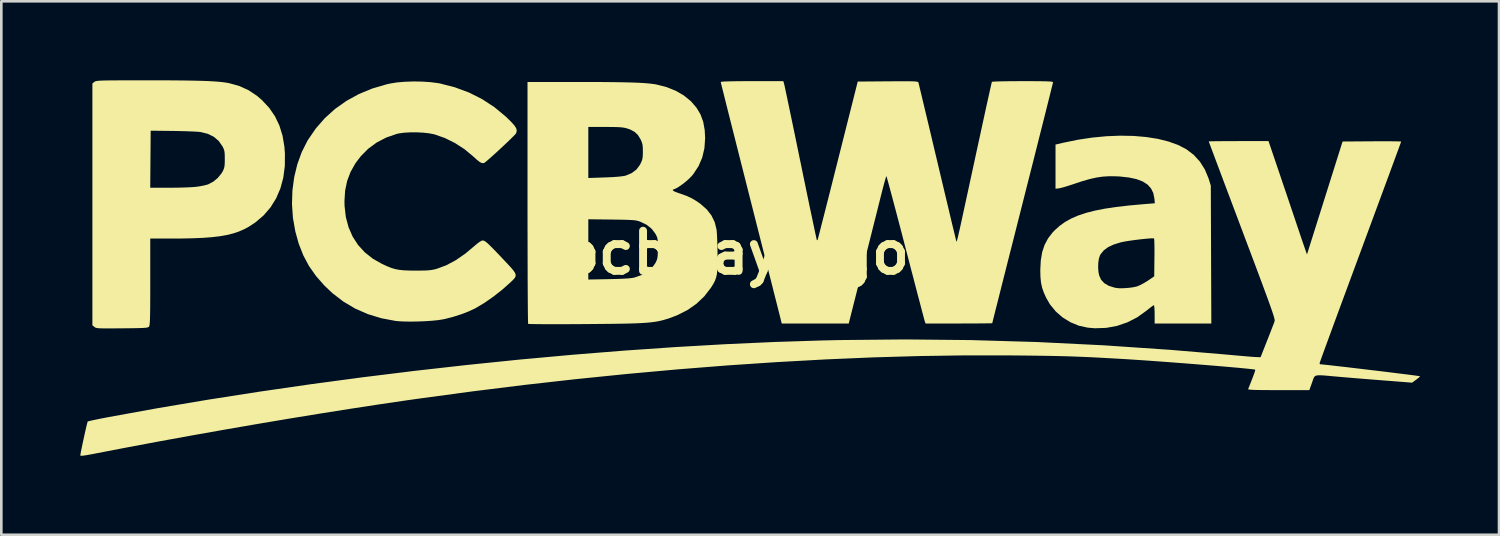
<source format=kicad_pcb>
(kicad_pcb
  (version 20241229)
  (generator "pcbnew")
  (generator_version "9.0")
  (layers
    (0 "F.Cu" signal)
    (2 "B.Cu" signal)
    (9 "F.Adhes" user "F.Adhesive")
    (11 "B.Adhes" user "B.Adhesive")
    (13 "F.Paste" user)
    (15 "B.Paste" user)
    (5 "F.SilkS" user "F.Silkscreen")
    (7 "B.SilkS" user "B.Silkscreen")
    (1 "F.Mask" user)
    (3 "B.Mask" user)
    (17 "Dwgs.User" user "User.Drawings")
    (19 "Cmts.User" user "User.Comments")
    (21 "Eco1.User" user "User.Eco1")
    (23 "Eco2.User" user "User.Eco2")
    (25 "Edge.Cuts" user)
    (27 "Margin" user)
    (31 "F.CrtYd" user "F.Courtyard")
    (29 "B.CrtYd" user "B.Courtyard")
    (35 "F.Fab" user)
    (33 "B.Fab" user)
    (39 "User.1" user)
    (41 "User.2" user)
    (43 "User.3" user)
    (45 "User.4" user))
  (footprint "pcbwaylogo"
    (layer "F.Cu")
    (at 24.894 6.548)
    (property "Reference" "pcbwaylogo" (at 0 0 0) (layer "F.SilkS") (effects (font (size 1.524 1.524) (thickness 0.3))))
    (attr board_only exclude_from_pos_files exclude_from_bom)
    (fp_poly (pts (xy -22.305 -6.548) (xy -21.796 -6.547) (xy -21.346 -6.545) (xy -20.951 -6.541) (xy -20.606 -6.535) (xy -20.307 -6.528) (xy -20.048 -6.519) (xy -19.827 -6.507) (xy -19.637 -6.493) (xy -19.476 -6.476) (xy -19.338 -6.457) (xy -19.229 -6.436) (xy -18.846 -6.328) (xy -18.498 -6.168) (xy -18.179 -5.955) (xy -17.99 -5.792) (xy -17.718 -5.499) (xy -17.499 -5.179) (xy -17.332 -4.83) (xy -17.213 -4.446) (xy -17.142 -4.024) (xy -17.122 -3.762) (xy -17.126 -3.291) (xy -17.184 -2.85) (xy -17.295 -2.44) (xy -17.457 -2.063) (xy -17.669 -1.722) (xy -17.931 -1.418) (xy -18.242 -1.152) (xy -18.501 -0.983) (xy -18.687 -0.884) (xy -18.884 -0.8) (xy -19.097 -0.729) (xy -19.332 -0.671) (xy -19.596 -0.625) (xy -19.894 -0.59) (xy -20.233 -0.564) (xy -20.619 -0.548) (xy -21.057 -0.539) (xy -21.391 -0.538) (xy -22.237 -0.538) (xy -22.237 1.101) (xy -22.237 1.475) (xy -22.238 1.79) (xy -22.239 2.052) (xy -22.242 2.265) (xy -22.245 2.435) (xy -22.249 2.565) (xy -22.255 2.662) (xy -22.262 2.73) (xy -22.27 2.774) (xy -22.28 2.799) (xy -22.282 2.801) (xy -22.297 2.819) (xy -22.321 2.832) (xy -22.359 2.843) (xy -22.418 2.851) (xy -22.506 2.858) (xy -22.629 2.862) (xy -22.794 2.866) (xy -23.007 2.869) (xy -23.277 2.872) (xy -23.305 2.872) (xy -23.58 2.874) (xy -23.799 2.875) (xy -23.969 2.875) (xy -24.097 2.873) (xy -24.19 2.869) (xy -24.256 2.862) (xy -24.3 2.852) (xy -24.331 2.839) (xy -24.356 2.822) (xy -24.359 2.819) (xy -24.435 2.758) (xy -24.435 -2.467) (xy -22.238 -2.467) (xy -21.524 -2.467) (xy -21.295 -2.469) (xy -21.067 -2.473) (xy -20.854 -2.48) (xy -20.671 -2.489) (xy -20.533 -2.499) (xy -20.507 -2.501) (xy -20.351 -2.523) (xy -20.198 -2.553) (xy -20.072 -2.585) (xy -20.037 -2.597) (xy -19.846 -2.697) (xy -19.67 -2.843) (xy -19.529 -3.016) (xy -19.491 -3.08) (xy -19.451 -3.163) (xy -19.426 -3.239) (xy -19.412 -3.328) (xy -19.407 -3.448) (xy -19.406 -3.559) (xy -19.408 -3.711) (xy -19.415 -3.819) (xy -19.432 -3.901) (xy -19.462 -3.977) (xy -19.49 -4.033) (xy -19.634 -4.24) (xy -19.821 -4.401) (xy -20.05 -4.515) (xy -20.319 -4.582) (xy -20.343 -4.585) (xy -20.44 -4.594) (xy -20.588 -4.602) (xy -20.776 -4.61) (xy -20.992 -4.617) (xy -21.224 -4.622) (xy -21.399 -4.625) (xy -22.221 -4.634) (xy -22.238 -2.467) (xy -24.435 -2.467) (xy -24.435 -6.427) (xy -24.361 -6.487) (xy -24.343 -6.5) (xy -24.321 -6.51) (xy -24.289 -6.519) (xy -24.242 -6.526) (xy -24.175 -6.532) (xy -24.085 -6.537) (xy -23.965 -6.541) (xy -23.811 -6.543) (xy -23.619 -6.545) (xy -23.384 -6.546) (xy -23.1 -6.547) (xy -22.763 -6.548) (xy -22.369 -6.548)) (stroke (width 0) (type solid)) (fill yes) (layer "F.SilkS"))
    (fp_poly (pts (xy 15.112 -4.435) (xy 15.589 -4.394) (xy 16.032 -4.324) (xy 16.436 -4.223) (xy 16.796 -4.094) (xy 17.105 -3.934) (xy 17.126 -3.921) (xy 17.4 -3.712) (xy 17.632 -3.456) (xy 17.819 -3.158) (xy 17.959 -2.823) (xy 17.971 -2.783) (xy 18.044 -2.546) (xy 18.054 0.071) (xy 18.064 2.689) (xy 15.911 2.689) (xy 15.911 2.341) (xy 15.908 2.201) (xy 15.902 2.088) (xy 15.892 2.015) (xy 15.882 1.993) (xy 15.847 2.012) (xy 15.776 2.063) (xy 15.68 2.138) (xy 15.606 2.198) (xy 15.256 2.45) (xy 14.881 2.643) (xy 14.485 2.779) (xy 14.072 2.855) (xy 13.647 2.87) (xy 13.373 2.847) (xy 13.034 2.773) (xy 12.714 2.642) (xy 12.419 2.461) (xy 12.159 2.235) (xy 11.94 1.969) (xy 11.796 1.724) (xy 11.702 1.516) (xy 11.636 1.326) (xy 11.595 1.135) (xy 11.574 0.922) (xy 11.568 0.669) (xy 11.568 0.648) (xy 11.573 0.554) (xy 13.765 0.554) (xy 13.776 0.725) (xy 13.803 0.861) (xy 13.877 1.026) (xy 13.996 1.156) (xy 14.163 1.255) (xy 14.383 1.325) (xy 14.456 1.34) (xy 14.574 1.351) (xy 14.731 1.349) (xy 14.904 1.337) (xy 15.071 1.317) (xy 15.208 1.289) (xy 15.246 1.278) (xy 15.356 1.232) (xy 15.491 1.161) (xy 15.627 1.08) (xy 15.658 1.059) (xy 15.895 0.898) (xy 15.903 0.19) (xy 15.905 -0.015) (xy 15.904 -0.2) (xy 15.901 -0.353) (xy 15.897 -0.467) (xy 15.891 -0.531) (xy 15.887 -0.541) (xy 15.847 -0.547) (xy 15.757 -0.544) (xy 15.626 -0.534) (xy 15.468 -0.519) (xy 15.294 -0.499) (xy 15.115 -0.476) (xy 14.943 -0.452) (xy 14.79 -0.427) (xy 14.667 -0.403) (xy 14.63 -0.395) (xy 14.359 -0.312) (xy 14.145 -0.212) (xy 13.981 -0.091) (xy 13.861 0.056) (xy 13.832 0.106) (xy 13.794 0.223) (xy 13.771 0.379) (xy 13.765 0.554) (xy 11.573 0.554) (xy 11.587 0.29) (xy 11.64 -0.022) (xy 11.731 -0.297) (xy 11.862 -0.543) (xy 12.038 -0.771) (xy 12.116 -0.852) (xy 12.3 -1.018) (xy 12.506 -1.166) (xy 12.738 -1.296) (xy 13 -1.41) (xy 13.298 -1.51) (xy 13.635 -1.597) (xy 14.018 -1.672) (xy 14.449 -1.737) (xy 14.935 -1.793) (xy 15.432 -1.838) (xy 15.918 -1.878) (xy 15.902 -2.056) (xy 15.86 -2.265) (xy 15.774 -2.441) (xy 15.641 -2.588) (xy 15.459 -2.705) (xy 15.225 -2.794) (xy 14.938 -2.856) (xy 14.596 -2.894) (xy 14.47 -2.901) (xy 14.203 -2.905) (xy 13.952 -2.891) (xy 13.702 -2.855) (xy 13.439 -2.796) (xy 13.146 -2.711) (xy 12.911 -2.633) (xy 12.734 -2.574) (xy 12.567 -2.521) (xy 12.424 -2.479) (xy 12.32 -2.453) (xy 12.281 -2.445) (xy 12.146 -2.429) (xy 12.146 -4.107) (xy 12.431 -4.174) (xy 12.989 -4.289) (xy 13.541 -4.372) (xy 14.083 -4.424) (xy 14.608 -4.445)) (stroke (width 0) (type solid)) (fill yes) (layer "F.SilkS"))
    (fp_poly (pts (xy -11.911 -6.499) (xy -11.595 -6.478) (xy -11.314 -6.442) (xy -11.235 -6.428) (xy -10.667 -6.282) (xy -10.132 -6.084) (xy -9.631 -5.832) (xy -9.165 -5.527) (xy -8.734 -5.17) (xy -8.517 -4.957) (xy -8.404 -4.83) (xy -8.339 -4.728) (xy -8.317 -4.642) (xy -8.333 -4.56) (xy -8.348 -4.528) (xy -8.381 -4.487) (xy -8.454 -4.413) (xy -8.557 -4.311) (xy -8.683 -4.19) (xy -8.824 -4.057) (xy -8.972 -3.919) (xy -9.119 -3.784) (xy -9.257 -3.66) (xy -9.378 -3.552) (xy -9.475 -3.47) (xy -9.538 -3.42) (xy -9.557 -3.409) (xy -9.61 -3.4) (xy -9.671 -3.416) (xy -9.748 -3.463) (xy -9.85 -3.546) (xy -9.97 -3.656) (xy -10.3 -3.93) (xy -10.663 -4.165) (xy -11.045 -4.355) (xy -11.432 -4.491) (xy -11.451 -4.496) (xy -11.639 -4.534) (xy -11.865 -4.559) (xy -12.113 -4.572) (xy -12.362 -4.571) (xy -12.595 -4.558) (xy -12.793 -4.531) (xy -12.87 -4.514) (xy -13.272 -4.375) (xy -13.636 -4.186) (xy -13.961 -3.947) (xy -14.246 -3.659) (xy -14.444 -3.396) (xy -14.629 -3.069) (xy -14.759 -2.725) (xy -14.836 -2.358) (xy -14.861 -1.959) (xy -14.857 -1.771) (xy -14.808 -1.352) (xy -14.705 -0.965) (xy -14.55 -0.611) (xy -14.344 -0.293) (xy -14.088 -0.013) (xy -13.783 0.228) (xy -13.43 0.428) (xy -13.428 0.429) (xy -13.244 0.513) (xy -13.085 0.577) (xy -12.936 0.622) (xy -12.782 0.651) (xy -12.608 0.669) (xy -12.4 0.678) (xy -12.162 0.68) (xy -11.948 0.679) (xy -11.784 0.676) (xy -11.657 0.668) (xy -11.553 0.656) (xy -11.458 0.638) (xy -11.36 0.613) (xy -11.342 0.607) (xy -10.993 0.477) (xy -10.635 0.286) (xy -10.271 0.035) (xy -9.914 -0.264) (xy -9.813 -0.349) (xy -9.72 -0.417) (xy -9.651 -0.456) (xy -9.641 -0.459) (xy -9.607 -0.464) (xy -9.571 -0.458) (xy -9.527 -0.437) (xy -9.471 -0.397) (xy -9.397 -0.332) (xy -9.301 -0.238) (xy -9.176 -0.112) (xy -9.018 0.052) (xy -8.841 0.239) (xy -8.668 0.422) (xy -8.535 0.566) (xy -8.441 0.679) (xy -8.383 0.768) (xy -8.358 0.84) (xy -8.363 0.903) (xy -8.397 0.964) (xy -8.456 1.031) (xy -8.539 1.11) (xy -8.541 1.113) (xy -8.857 1.395) (xy -9.193 1.66) (xy -9.532 1.897) (xy -9.858 2.093) (xy -9.92 2.126) (xy -10.155 2.235) (xy -10.431 2.34) (xy -10.729 2.435) (xy -11.026 2.512) (xy -11.126 2.533) (xy -11.304 2.561) (xy -11.53 2.584) (xy -11.785 2.601) (xy -12.055 2.612) (xy -12.323 2.617) (xy -12.572 2.614) (xy -12.788 2.604) (xy -12.921 2.591) (xy -13.466 2.488) (xy -13.978 2.331) (xy -14.458 2.12) (xy -14.906 1.854) (xy -15.323 1.533) (xy -15.619 1.252) (xy -15.941 0.886) (xy -16.209 0.504) (xy -16.426 0.097) (xy -16.599 -0.345) (xy -16.727 -0.807) (xy -16.818 -1.322) (xy -16.854 -1.843) (xy -16.838 -2.361) (xy -16.77 -2.868) (xy -16.652 -3.357) (xy -16.484 -3.82) (xy -16.268 -4.249) (xy -16.246 -4.285) (xy -15.948 -4.72) (xy -15.604 -5.113) (xy -15.216 -5.462) (xy -14.785 -5.767) (xy -14.316 -6.024) (xy -13.81 -6.234) (xy -13.269 -6.393) (xy -13.127 -6.425) (xy -12.868 -6.467) (xy -12.566 -6.493) (xy -12.24 -6.504)) (stroke (width 0) (type solid)) (fill yes) (layer "F.SilkS"))
    (fp_poly (pts (xy -5.451 -6.484) (xy -5.01 -6.482) (xy -4.623 -6.478) (xy -4.287 -6.473) (xy -3.995 -6.466) (xy -3.745 -6.457) (xy -3.531 -6.446) (xy -3.35 -6.432) (xy -3.196 -6.416) (xy -3.065 -6.398) (xy -3.005 -6.387) (xy -2.624 -6.289) (xy -2.276 -6.149) (xy -1.968 -5.97) (xy -1.706 -5.756) (xy -1.692 -5.742) (xy -1.489 -5.506) (xy -1.338 -5.252) (xy -1.235 -4.972) (xy -1.178 -4.657) (xy -1.162 -4.349) (xy -1.189 -3.969) (xy -1.271 -3.618) (xy -1.409 -3.294) (xy -1.605 -2.994) (xy -1.668 -2.916) (xy -1.763 -2.818) (xy -1.883 -2.711) (xy -2.015 -2.607) (xy -2.145 -2.515) (xy -2.257 -2.447) (xy -2.333 -2.415) (xy -2.387 -2.393) (xy -2.388 -2.365) (xy -2.335 -2.329) (xy -2.223 -2.284) (xy -2.118 -2.248) (xy -1.869 -2.159) (xy -1.659 -2.061) (xy -1.463 -1.942) (xy -1.336 -1.851) (xy -1.1 -1.643) (xy -0.923 -1.416) (xy -0.8 -1.164) (xy -0.73 -0.886) (xy -0.72 -0.793) (xy -0.711 -0.649) (xy -0.703 -0.467) (xy -0.696 -0.261) (xy -0.692 -0.042) (xy -0.691 0.032) (xy -0.689 0.301) (xy -0.692 0.518) (xy -0.702 0.692) (xy -0.719 0.834) (xy -0.748 0.954) (xy -0.788 1.063) (xy -0.843 1.171) (xy -0.915 1.289) (xy -0.943 1.332) (xy -1.193 1.656) (xy -1.49 1.938) (xy -1.833 2.178) (xy -2.223 2.375) (xy -2.499 2.48) (xy -2.617 2.518) (xy -2.73 2.552) (xy -2.841 2.581) (xy -2.958 2.606) (xy -3.083 2.627) (xy -3.224 2.645) (xy -3.385 2.66) (xy -3.57 2.672) (xy -3.786 2.682) (xy -4.037 2.69) (xy -4.329 2.696) (xy -4.666 2.701) (xy -5.054 2.705) (xy -5.498 2.709) (xy -5.709 2.711) (xy -6.073 2.713) (xy -6.417 2.715) (xy -6.738 2.716) (xy -7.03 2.716) (xy -7.288 2.715) (xy -7.506 2.713) (xy -7.679 2.711) (xy -7.803 2.708) (xy -7.872 2.705) (xy -7.884 2.703) (xy -7.887 2.669) (xy -7.89 2.575) (xy -7.892 2.425) (xy -7.895 2.223) (xy -7.897 1.971) (xy -7.899 1.674) (xy -7.901 1.335) (xy -7.903 0.957) (xy -7.904 0.545) (xy -7.905 0.101) (xy -7.906 -0.37) (xy -7.907 -0.866) (xy -7.908 -1.27) (xy -5.599 -1.27) (xy -5.599 1.019) (xy -4.8 1.004) (xy -4.512 0.997) (xy -4.28 0.988) (xy -4.1 0.977) (xy -3.965 0.964) (xy -3.869 0.948) (xy -3.838 0.94) (xy -3.568 0.844) (xy -3.352 0.725) (xy -3.184 0.579) (xy -3.056 0.401) (xy -3.031 0.353) (xy -2.999 0.282) (xy -2.978 0.21) (xy -2.965 0.122) (xy -2.959 0.003) (xy -2.958 -0.162) (xy -2.958 -0.174) (xy -2.958 -0.337) (xy -2.963 -0.452) (xy -2.973 -0.535) (xy -2.992 -0.602) (xy -3.024 -0.669) (xy -3.056 -0.728) (xy -3.198 -0.914) (xy -3.393 -1.066) (xy -3.628 -1.179) (xy -3.687 -1.199) (xy -3.747 -1.215) (xy -3.816 -1.228) (xy -3.904 -1.237) (xy -4.019 -1.244) (xy -4.169 -1.25) (xy -4.362 -1.254) (xy -4.607 -1.258) (xy -4.705 -1.259) (xy -5.599 -1.27) (xy -7.908 -1.27) (xy -7.908 -1.383) (xy -7.908 -1.903) (xy -7.908 -2.837) (xy -5.599 -2.837) (xy -4.969 -2.859) (xy -4.699 -2.87) (xy -4.476 -2.886) (xy -4.306 -2.904) (xy -4.193 -2.924) (xy -4.181 -2.927) (xy -3.952 -3.023) (xy -3.771 -3.16) (xy -3.637 -3.339) (xy -3.622 -3.369) (xy -3.575 -3.47) (xy -3.546 -3.558) (xy -3.532 -3.655) (xy -3.527 -3.784) (xy -3.527 -3.843) (xy -3.53 -3.991) (xy -3.54 -4.099) (xy -3.564 -4.189) (xy -3.604 -4.284) (xy -3.616 -4.31) (xy -3.716 -4.471) (xy -3.841 -4.59) (xy -4.006 -4.678) (xy -4.114 -4.716) (xy -4.191 -4.737) (xy -4.274 -4.753) (xy -4.374 -4.764) (xy -4.501 -4.771) (xy -4.666 -4.775) (xy -4.881 -4.776) (xy -4.953 -4.776) (xy -5.599 -4.776) (xy -5.599 -2.837) (xy -7.908 -2.837) (xy -7.908 -6.484) (xy -5.951 -6.484)) (stroke (width 0) (type solid)) (fill yes) (layer "F.SilkS"))
    (fp_poly (pts (xy 1.83 -6.445) (xy 1.84 -6.404) (xy 1.862 -6.306) (xy 1.894 -6.155) (xy 1.937 -5.954) (xy 1.988 -5.709) (xy 2.048 -5.425) (xy 2.115 -5.104) (xy 2.188 -4.752) (xy 2.267 -4.372) (xy 2.35 -3.971) (xy 2.436 -3.55) (xy 2.469 -3.394) (xy 2.556 -2.97) (xy 2.64 -2.565) (xy 2.719 -2.182) (xy 2.793 -1.825) (xy 2.862 -1.5) (xy 2.923 -1.21) (xy 2.976 -0.958) (xy 3.02 -0.751) (xy 3.055 -0.591) (xy 3.079 -0.483) (xy 3.092 -0.43) (xy 3.094 -0.426) (xy 3.103 -0.458) (xy 3.127 -0.547) (xy 3.164 -0.689) (xy 3.213 -0.88) (xy 3.273 -1.116) (xy 3.344 -1.392) (xy 3.424 -1.704) (xy 3.511 -2.049) (xy 3.606 -2.422) (xy 3.706 -2.819) (xy 3.811 -3.236) (xy 3.87 -3.469) (xy 4.634 -6.5) (xy 5.778 -6.509) (xy 6.078 -6.511) (xy 6.321 -6.512) (xy 6.513 -6.512) (xy 6.66 -6.51) (xy 6.768 -6.507) (xy 6.843 -6.501) (xy 6.892 -6.494) (xy 6.921 -6.484) (xy 6.935 -6.472) (xy 6.94 -6.461) (xy 6.949 -6.423) (xy 6.973 -6.328) (xy 7.008 -6.179) (xy 7.056 -5.982) (xy 7.113 -5.741) (xy 7.18 -5.46) (xy 7.256 -5.143) (xy 7.339 -4.795) (xy 7.428 -4.42) (xy 7.522 -4.022) (xy 7.621 -3.606) (xy 7.655 -3.464) (xy 7.755 -3.042) (xy 7.851 -2.638) (xy 7.942 -2.254) (xy 8.028 -1.896) (xy 8.106 -1.567) (xy 8.176 -1.273) (xy 8.237 -1.017) (xy 8.289 -0.804) (xy 8.329 -0.638) (xy 8.356 -0.524) (xy 8.371 -0.465) (xy 8.373 -0.459) (xy 8.377 -0.444) (xy 8.38 -0.431) (xy 8.383 -0.423) (xy 8.388 -0.422) (xy 8.394 -0.432) (xy 8.403 -0.458) (xy 8.415 -0.501) (xy 8.432 -0.566) (xy 8.453 -0.657) (xy 8.48 -0.775) (xy 8.514 -0.926) (xy 8.555 -1.112) (xy 8.604 -1.337) (xy 8.662 -1.605) (xy 8.73 -1.918) (xy 8.809 -2.28) (xy 8.898 -2.694) (xy 9 -3.165) (xy 9.078 -3.524) (xy 9.169 -3.945) (xy 9.257 -4.349) (xy 9.34 -4.731) (xy 9.417 -5.087) (xy 9.488 -5.412) (xy 9.552 -5.703) (xy 9.608 -5.954) (xy 9.654 -6.163) (xy 9.69 -6.323) (xy 9.715 -6.432) (xy 9.728 -6.485) (xy 9.73 -6.489) (xy 9.764 -6.495) (xy 9.854 -6.501) (xy 9.994 -6.506) (xy 10.175 -6.51) (xy 10.391 -6.513) (xy 10.634 -6.515) (xy 10.898 -6.516) (xy 10.899 -6.516) (xy 11.212 -6.516) (xy 11.466 -6.514) (xy 11.667 -6.512) (xy 11.82 -6.508) (xy 11.93 -6.502) (xy 12.002 -6.495) (xy 12.041 -6.486) (xy 12.052 -6.476) (xy 12.044 -6.441) (xy 12.022 -6.349) (xy 11.985 -6.202) (xy 11.936 -6.003) (xy 11.875 -5.757) (xy 11.802 -5.467) (xy 11.719 -5.136) (xy 11.626 -4.768) (xy 11.524 -4.365) (xy 11.415 -3.932) (xy 11.299 -3.471) (xy 11.176 -2.987) (xy 11.048 -2.483) (xy 10.916 -1.961) (xy 10.897 -1.885) (xy 10.764 -1.362) (xy 10.636 -0.856) (xy 10.513 -0.369) (xy 10.395 0.093) (xy 10.285 0.529) (xy 10.182 0.934) (xy 10.088 1.305) (xy 10.004 1.64) (xy 9.93 1.933) (xy 9.866 2.183) (xy 9.815 2.386) (xy 9.777 2.538) (xy 9.753 2.636) (xy 9.743 2.676) (xy 9.742 2.677) (xy 9.712 2.68) (xy 9.625 2.682) (xy 9.488 2.684) (xy 9.308 2.686) (xy 9.091 2.687) (xy 8.845 2.688) (xy 8.575 2.689) (xy 8.476 2.689) (xy 7.21 2.689) (xy 7.184 2.617) (xy 7.172 2.577) (xy 7.146 2.48) (xy 7.106 2.33) (xy 7.054 2.133) (xy 6.991 1.892) (xy 6.917 1.613) (xy 6.835 1.299) (xy 6.746 0.955) (xy 6.649 0.587) (xy 6.548 0.197) (xy 6.449 -0.182) (xy 6.345 -0.585) (xy 6.244 -0.97) (xy 6.149 -1.332) (xy 6.06 -1.669) (xy 5.979 -1.974) (xy 5.907 -2.243) (xy 5.845 -2.473) (xy 5.795 -2.659) (xy 5.756 -2.797) (xy 5.731 -2.882) (xy 5.721 -2.91) (xy 5.709 -2.881) (xy 5.684 -2.797) (xy 5.647 -2.668) (xy 5.602 -2.499) (xy 5.55 -2.299) (xy 5.494 -2.076) (xy 5.475 -2.001) (xy 5.424 -1.797) (xy 5.36 -1.542) (xy 5.285 -1.244) (xy 5.201 -0.912) (xy 5.112 -0.555) (xy 5.018 -0.183) (xy 4.922 0.196) (xy 4.828 0.571) (xy 4.77 0.799) (xy 4.292 2.689) (xy 1.747 2.689) (xy 1.679 2.412) (xy 1.663 2.348) (xy 1.632 2.227) (xy 1.588 2.053) (xy 1.531 1.828) (xy 1.462 1.557) (xy 1.383 1.243) (xy 1.294 0.891) (xy 1.195 0.504) (xy 1.089 0.086) (xy 0.976 -0.36) (xy 0.857 -0.829) (xy 0.733 -1.318) (xy 0.605 -1.823) (xy 0.52 -2.158) (xy 0.391 -2.667) (xy 0.267 -3.158) (xy 0.147 -3.63) (xy 0.034 -4.078) (xy -0.072 -4.499) (xy -0.171 -4.889) (xy -0.261 -5.244) (xy -0.341 -5.562) (xy -0.41 -5.839) (xy -0.468 -6.071) (xy -0.514 -6.255) (xy -0.547 -6.387) (xy -0.565 -6.464) (xy -0.569 -6.484) (xy -0.538 -6.493) (xy -0.443 -6.501) (xy -0.287 -6.507) (xy -0.068 -6.512) (xy 0.212 -6.515) (xy 0.552 -6.516) (xy 0.618 -6.516) (xy 1.805 -6.516)) (stroke (width 0) (type solid)) (fill yes) (layer "F.SilkS"))
    (fp_poly (pts (xy 20.668 -2.965) (xy 20.775 -2.649) (xy 20.889 -2.313) (xy 21.005 -1.97) (xy 21.118 -1.634) (xy 21.225 -1.318) (xy 21.32 -1.035) (xy 21.397 -0.807) (xy 21.472 -0.584) (xy 21.54 -0.383) (xy 21.6 -0.211) (xy 21.647 -0.074) (xy 21.68 0.019) (xy 21.697 0.061) (xy 21.698 0.063) (xy 21.708 0.031) (xy 21.736 -0.056) (xy 21.779 -0.194) (xy 21.837 -0.378) (xy 21.908 -0.603) (xy 21.99 -0.864) (xy 22.082 -1.156) (xy 22.183 -1.475) (xy 22.29 -1.815) (xy 22.376 -2.088) (xy 23.049 -4.223) (xy 24.161 -4.231) (xy 24.419 -4.232) (xy 24.656 -4.233) (xy 24.865 -4.232) (xy 25.038 -4.23) (xy 25.169 -4.227) (xy 25.249 -4.224) (xy 25.273 -4.22) (xy 25.263 -4.188) (xy 25.231 -4.101) (xy 25.18 -3.961) (xy 25.111 -3.772) (xy 25.024 -3.537) (xy 24.922 -3.259) (xy 24.806 -2.942) (xy 24.675 -2.59) (xy 24.533 -2.205) (xy 24.38 -1.791) (xy 24.218 -1.352) (xy 24.047 -0.89) (xy 23.869 -0.409) (xy 23.724 -0.016) (xy 23.541 0.478) (xy 23.364 0.956) (xy 23.195 1.414) (xy 23.034 1.849) (xy 22.883 2.258) (xy 22.743 2.638) (xy 22.616 2.985) (xy 22.502 3.295) (xy 22.403 3.565) (xy 22.32 3.793) (xy 22.255 3.973) (xy 22.208 4.104) (xy 22.18 4.182) (xy 22.174 4.204) (xy 22.197 4.237) (xy 22.207 4.239) (xy 22.258 4.242) (xy 22.363 4.253) (xy 22.515 4.269) (xy 22.709 4.291) (xy 22.937 4.317) (xy 23.192 4.346) (xy 23.468 4.379) (xy 23.758 4.413) (xy 24.056 4.449) (xy 24.355 4.484) (xy 24.648 4.52) (xy 24.929 4.554) (xy 25.19 4.587) (xy 25.426 4.616) (xy 25.63 4.642) (xy 25.794 4.663) (xy 25.913 4.68) (xy 25.979 4.69) (xy 25.991 4.693) (xy 25.975 4.716) (xy 25.919 4.765) (xy 25.847 4.821) (xy 25.689 4.936) (xy 24.651 4.855) (xy 24.357 4.832) (xy 24.045 4.807) (xy 23.73 4.782) (xy 23.429 4.757) (xy 23.156 4.734) (xy 22.929 4.715) (xy 22.902 4.712) (xy 22.639 4.689) (xy 22.433 4.67) (xy 22.275 4.658) (xy 22.158 4.655) (xy 22.074 4.661) (xy 22.017 4.679) (xy 21.978 4.711) (xy 21.951 4.757) (xy 21.927 4.82) (xy 21.901 4.9) (xy 21.889 4.934) (xy 21.786 5.219) (xy 20.616 5.219) (xy 20.302 5.219) (xy 20.047 5.217) (xy 19.844 5.215) (xy 19.691 5.211) (xy 19.58 5.206) (xy 19.509 5.199) (xy 19.471 5.191) (xy 19.462 5.18) (xy 19.462 5.18) (xy 19.564 4.926) (xy 19.641 4.728) (xy 19.694 4.583) (xy 19.725 4.49) (xy 19.733 4.447) (xy 19.732 4.444) (xy 19.695 4.435) (xy 19.601 4.423) (xy 19.454 4.407) (xy 19.261 4.388) (xy 19.027 4.366) (xy 18.756 4.342) (xy 18.456 4.316) (xy 18.131 4.289) (xy 17.786 4.261) (xy 17.427 4.232) (xy 17.061 4.203) (xy 16.691 4.175) (xy 16.324 4.147) (xy 15.964 4.121) (xy 15.619 4.096) (xy 15.292 4.074) (xy 14.989 4.054) (xy 14.717 4.037) (xy 14.661 4.034) (xy 14.257 4.011) (xy 13.893 3.991) (xy 13.559 3.973) (xy 13.247 3.959) (xy 12.947 3.947) (xy 12.649 3.936) (xy 12.345 3.928) (xy 12.025 3.921) (xy 11.679 3.915) (xy 11.299 3.91) (xy 10.875 3.905) (xy 10.397 3.901) (xy 10.359 3.9) (xy 8.697 3.9) (xy 6.981 3.925) (xy 5.218 3.976) (xy 3.412 4.053) (xy 1.567 4.155) (xy -0.31 4.281) (xy -2.216 4.432) (xy -4.146 4.607) (xy -6.095 4.805) (xy -8.057 5.026) (xy -10.029 5.271) (xy -12.005 5.538) (xy -12.447 5.6) (xy -13.518 5.757) (xy -14.64 5.929) (xy -15.803 6.113) (xy -16.998 6.308) (xy -18.213 6.513) (xy -19.44 6.725) (xy -20.668 6.943) (xy -21.888 7.165) (xy -23.089 7.39) (xy -24.261 7.615) (xy -24.427 7.648) (xy -24.629 7.685) (xy -24.772 7.707) (xy -24.859 7.714) (xy -24.893 7.706) (xy -24.894 7.703) (xy -24.887 7.653) (xy -24.87 7.555) (xy -24.843 7.422) (xy -24.81 7.263) (xy -24.773 7.091) (xy -24.735 6.917) (xy -24.698 6.752) (xy -24.665 6.608) (xy -24.637 6.496) (xy -24.619 6.428) (xy -24.612 6.412) (xy -24.576 6.4) (xy -24.486 6.378) (xy -24.351 6.349) (xy -24.181 6.314) (xy -23.984 6.275) (xy -23.832 6.246) (xy -21.967 5.907) (xy -20.061 5.586) (xy -18.122 5.283) (xy -16.157 4.998) (xy -14.173 4.732) (xy -12.178 4.486) (xy -10.178 4.261) (xy -8.182 4.057) (xy -6.196 3.876) (xy -4.228 3.718) (xy -2.285 3.584) (xy -0.374 3.474) (xy 1.496 3.39) (xy 3.32 3.332) (xy 3.954 3.318) (xy 6.444 3.294) (xy 8.94 3.319) (xy 11.448 3.393) (xy 13.975 3.517) (xy 16.528 3.691) (xy 18.552 3.862) (xy 18.811 3.885) (xy 19.056 3.907) (xy 19.28 3.926) (xy 19.473 3.943) (xy 19.626 3.955) (xy 19.731 3.962) (xy 19.765 3.964) (xy 19.934 3.97) (xy 20.184 3.337) (xy 20.26 3.144) (xy 20.33 2.965) (xy 20.389 2.811) (xy 20.435 2.692) (xy 20.462 2.618) (xy 20.466 2.607) (xy 20.47 2.588) (xy 20.469 2.561) (xy 20.463 2.522) (xy 20.451 2.469) (xy 20.431 2.399) (xy 20.402 2.307) (xy 20.363 2.191) (xy 20.312 2.047) (xy 20.25 1.872) (xy 20.174 1.663) (xy 20.083 1.417) (xy 19.977 1.13) (xy 19.853 0.799) (xy 19.712 0.421) (xy 19.551 -0.007) (xy 19.369 -0.489) (xy 19.233 -0.852) (xy 19.067 -1.293) (xy 18.907 -1.718) (xy 18.755 -2.122) (xy 18.612 -2.501) (xy 18.48 -2.853) (xy 18.36 -3.173) (xy 18.253 -3.458) (xy 18.161 -3.704) (xy 18.085 -3.907) (xy 18.027 -4.063) (xy 17.987 -4.169) (xy 17.968 -4.221) (xy 17.967 -4.226) (xy 17.997 -4.229) (xy 18.084 -4.232) (xy 18.219 -4.234) (xy 18.397 -4.236) (xy 18.61 -4.237) (xy 18.851 -4.238) (xy 19.102 -4.239) (xy 20.236 -4.239)) (stroke (width 0) (type solid)) (fill yes) (layer "F.SilkS")))
  (gr_rect
    (start -3 -3)
    (end 53.885 17.262)
    (stroke (width 0.1) (type default))
    (fill no)
    (layer "Edge.Cuts")))
</source>
